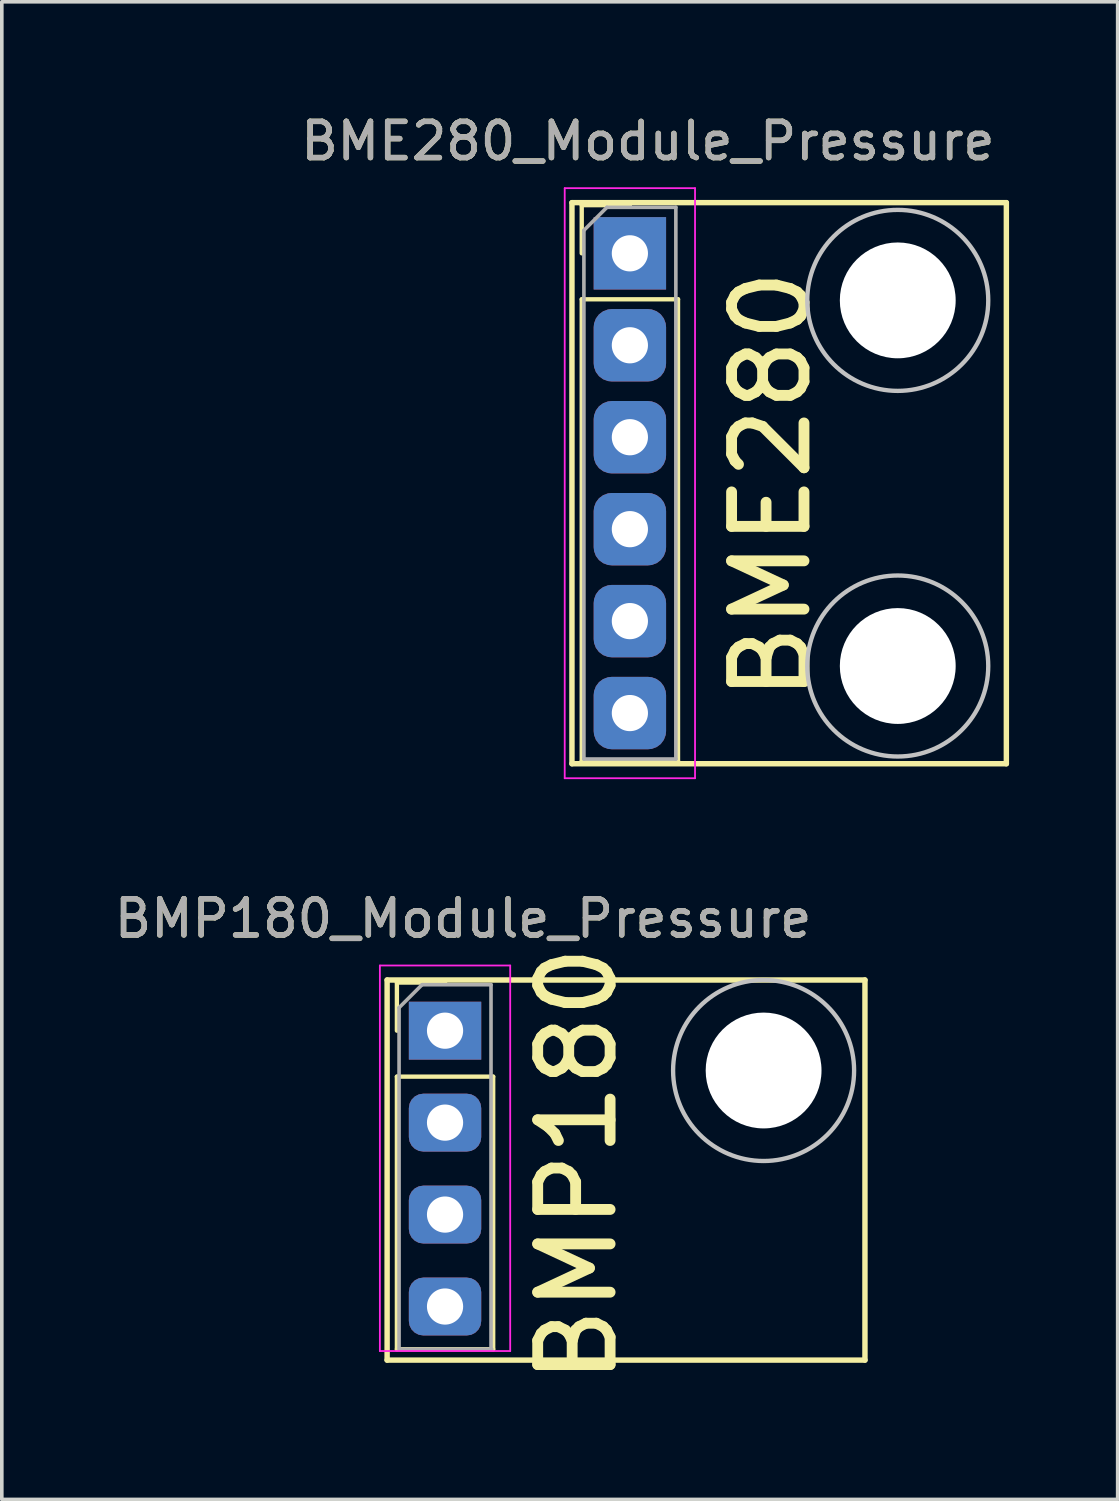
<source format=kicad_pcb>
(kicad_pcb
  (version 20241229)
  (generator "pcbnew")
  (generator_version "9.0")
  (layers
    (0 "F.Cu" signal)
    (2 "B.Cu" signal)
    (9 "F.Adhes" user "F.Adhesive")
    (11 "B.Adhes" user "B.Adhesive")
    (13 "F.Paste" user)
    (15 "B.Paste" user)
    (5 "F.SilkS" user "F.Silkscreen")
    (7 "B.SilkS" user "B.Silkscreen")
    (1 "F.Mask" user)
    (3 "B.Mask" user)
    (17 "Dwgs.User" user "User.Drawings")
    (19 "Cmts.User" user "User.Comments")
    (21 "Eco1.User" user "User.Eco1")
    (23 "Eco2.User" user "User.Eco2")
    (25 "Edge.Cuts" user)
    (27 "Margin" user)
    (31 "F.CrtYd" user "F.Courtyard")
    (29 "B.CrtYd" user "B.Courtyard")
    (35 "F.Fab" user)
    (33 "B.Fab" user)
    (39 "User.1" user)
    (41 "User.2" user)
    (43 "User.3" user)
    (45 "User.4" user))
  (footprint "BME280_Module_Pressure"
    (layer "F.Cu")
    (at 0.25 12.848)
    (property "Reference" "BME280_Module_Pressure" (at 14.6 -12 0) (layer "F.SilkS") (effects (font (size 1 1) (thickness 0.15))))
    (attr through_hole)
    (fp_line (start 12.5 -10.3) (end 24.5 -10.3) (stroke (width 0.15) (type solid)) (layer "F.SilkS"))
    (fp_line (start 12.5 5.2) (end 12.5 -10.3) (stroke (width 0.15) (type solid)) (layer "F.SilkS"))
    (fp_line (start 12.77 -10.23) (end 14.1 -10.23) (stroke (width 0.12) (type solid)) (layer "F.SilkS"))
    (fp_line (start 12.77 -8.9) (end 12.77 -10.23) (stroke (width 0.12) (type solid)) (layer "F.SilkS"))
    (fp_line (start 12.77 -7.63) (end 12.77 5.13) (stroke (width 0.12) (type solid)) (layer "F.SilkS"))
    (fp_line (start 12.77 -7.63) (end 15.43 -7.63) (stroke (width 0.12) (type solid)) (layer "F.SilkS"))
    (fp_line (start 12.77 5.13) (end 15.43 5.13) (stroke (width 0.12) (type solid)) (layer "F.SilkS"))
    (fp_line (start 15.43 -7.63) (end 15.43 5.13) (stroke (width 0.12) (type solid)) (layer "F.SilkS"))
    (fp_line (start 24.5 -10.3) (end 24.5 5.2) (stroke (width 0.15) (type solid)) (layer "F.SilkS"))
    (fp_line (start 24.5 5.2) (end 12.5 5.2) (stroke (width 0.15) (type solid)) (layer "F.SilkS"))
    (fp_circle (center 21.5 -7.6) (end 24 -7.6) (stroke (width 0.12) (type solid)) (fill no) (layer "Dwgs.User"))
    (fp_circle (center 21.5 2.5) (end 24 2.5) (stroke (width 0.12) (type solid)) (fill no) (layer "Dwgs.User"))
    (fp_line (start 12.3 -10.7) (end 12.3 5.6) (stroke (width 0.05) (type solid)) (layer "F.CrtYd"))
    (fp_line (start 12.3 5.6) (end 15.9 5.6) (stroke (width 0.05) (type solid)) (layer "F.CrtYd"))
    (fp_line (start 15.9 -10.7) (end 12.3 -10.7) (stroke (width 0.05) (type solid)) (layer "F.CrtYd"))
    (fp_line (start 15.9 5.6) (end 15.9 -10.7) (stroke (width 0.05) (type solid)) (layer "F.CrtYd"))
    (fp_line (start 12.83 -9.535) (end 13.465 -10.17) (stroke (width 0.1) (type solid)) (layer "F.Fab"))
    (fp_line (start 12.83 5.07) (end 12.83 -9.535) (stroke (width 0.1) (type solid)) (layer "F.Fab"))
    (fp_line (start 13.465 -10.17) (end 15.37 -10.17) (stroke (width 0.1) (type solid)) (layer "F.Fab"))
    (fp_line (start 15.37 -10.17) (end 15.37 5.07) (stroke (width 0.1) (type solid)) (layer "F.Fab"))
    (fp_line (start 15.37 5.07) (end 12.83 5.07) (stroke (width 0.1) (type solid)) (layer "F.Fab"))
    (fp_text user "BME280" (at 18 -2.5 90) (layer "F.SilkS") (effects (font (size 2 2) (thickness 0.3))))
    (fp_text user "${REFERENCE}" (at 14.6 -12 180) (layer "F.Fab") (effects (font (size 1 1) (thickness 0.15))))
    (pad "" np_thru_hole circle (at 21.5 -7.6) (size 3.2 3.2) (drill 3.2) (layers "*.Cu" "*.Mask"))
    (pad "" np_thru_hole circle (at 21.5 2.5) (size 3.2 3.2) (drill 3.2) (layers "*.Cu" "*.Mask"))
    (pad "1" thru_hole rect (at 14.1 -8.9) (size 2 2) (drill 1) (layers "*.Cu" "*.Mask"))
    (pad "2" thru_hole roundrect (at 14.1 -6.36) (size 2 2) (drill 1) (layers "*.Cu" "*.Mask") (roundrect_rratio 0.25))
    (pad "3" thru_hole roundrect (at 14.1 -3.82) (size 2 2) (drill 1) (layers "*.Cu" "*.Mask") (roundrect_rratio 0.25))
    (pad "4" thru_hole roundrect (at 14.1 -1.28) (size 2 2) (drill 1) (layers "*.Cu" "*.Mask") (roundrect_rratio 0.25))
    (pad "5" thru_hole roundrect (at 14.1 1.26) (size 2 2) (drill 1) (layers "*.Cu" "*.Mask") (roundrect_rratio 0.25))
    (pad "6" thru_hole roundrect (at 14.1 3.8) (size 2 2) (drill 1) (layers "*.Cu" "*.Mask") (roundrect_rratio 0.25)))
  (footprint "BMP180_Module_Pressure"
    (layer "F.Cu")
    (at 9.244 25.422)
    (property "Reference" "BMP180_Module_Pressure" (at 0.5 -3.1 0) (layer "F.SilkS") (effects (font (size 1 1) (thickness 0.15))))
    (attr through_hole)
    (fp_line (start -1.6 -1.4) (end 11.6 -1.4) (stroke (width 0.15) (type solid)) (layer "F.SilkS"))
    (fp_line (start -1.6 9.1) (end -1.6 -1.4) (stroke (width 0.15) (type solid)) (layer "F.SilkS"))
    (fp_line (start -1.33 -1.33) (end 0 -1.33) (stroke (width 0.12) (type solid)) (layer "F.SilkS"))
    (fp_line (start -1.33 0) (end -1.33 -1.33) (stroke (width 0.12) (type solid)) (layer "F.SilkS"))
    (fp_line (start -1.33 1.27) (end -1.33 8.8) (stroke (width 0.12) (type solid)) (layer "F.SilkS"))
    (fp_line (start -1.33 1.27) (end 1.33 1.27) (stroke (width 0.12) (type solid)) (layer "F.SilkS"))
    (fp_line (start -1.33 8.8) (end 1.33 8.8) (stroke (width 0.12) (type solid)) (layer "F.SilkS"))
    (fp_line (start 1.33 1.27) (end 1.33 8.8) (stroke (width 0.12) (type solid)) (layer "F.SilkS"))
    (fp_line (start 11.6 -1.4) (end 11.6 9.1) (stroke (width 0.15) (type solid)) (layer "F.SilkS"))
    (fp_line (start 11.6 9.1) (end -1.6 9.1) (stroke (width 0.15) (type solid)) (layer "F.SilkS"))
    (fp_circle (center 8.8 1.1) (end 11.3 1.1) (stroke (width 0.12) (type solid)) (fill no) (layer "Dwgs.User"))
    (fp_line (start -1.8 -1.8) (end -1.8 8.85) (stroke (width 0.05) (type solid)) (layer "F.CrtYd"))
    (fp_line (start -1.8 8.85) (end 1.8 8.85) (stroke (width 0.05) (type solid)) (layer "F.CrtYd"))
    (fp_line (start 1.8 -1.8) (end -1.8 -1.8) (stroke (width 0.05) (type solid)) (layer "F.CrtYd"))
    (fp_line (start 1.8 8.85) (end 1.8 -1.8) (stroke (width 0.05) (type solid)) (layer "F.CrtYd"))
    (fp_line (start -1.27 -0.635) (end -0.635 -1.27) (stroke (width 0.1) (type solid)) (layer "F.Fab"))
    (fp_line (start -1.27 8.8) (end -1.27 -0.635) (stroke (width 0.1) (type solid)) (layer "F.Fab"))
    (fp_line (start -0.635 -1.27) (end 1.27 -1.27) (stroke (width 0.1) (type solid)) (layer "F.Fab"))
    (fp_line (start 1.27 -1.27) (end 1.27 8.8) (stroke (width 0.1) (type solid)) (layer "F.Fab"))
    (fp_line (start 1.29 8.8) (end -1.25 8.8) (stroke (width 0.1) (type solid)) (layer "F.Fab"))
    (fp_text user "BMP180" (at 3.65 3.7 90) (layer "F.SilkS") (effects (font (size 2 2) (thickness 0.3))))
    (fp_text user "${REFERENCE}" (at 0.5 -3.1 180) (layer "F.Fab") (effects (font (size 1 1) (thickness 0.15))))
    (pad "" np_thru_hole circle (at 8.8 1.1) (size 3.2 3.2) (drill 3.2) (layers "*.Cu" "*.Mask"))
    (pad "1" thru_hole rect (at 0 0) (size 2 1.6) (drill 1) (layers "*.Cu" "*.Mask"))
    (pad "2" thru_hole roundrect (at 0 2.54) (size 2 1.6) (drill 1) (layers "*.Cu" "*.Mask") (roundrect_rratio 0.25))
    (pad "3" thru_hole roundrect (at 0 5.08) (size 2 1.6) (drill 1) (layers "*.Cu" "*.Mask") (roundrect_rratio 0.25))
    (pad "4" thru_hole roundrect (at 0 7.62) (size 2 1.6) (drill 1) (layers "*.Cu" "*.Mask") (roundrect_rratio 0.25)))
  (gr_rect
    (start -3 -3)
    (end 27.825 38.371)
    (stroke (width 0.1) (type default))
    (fill no)
    (layer "Edge.Cuts")))
</source>
